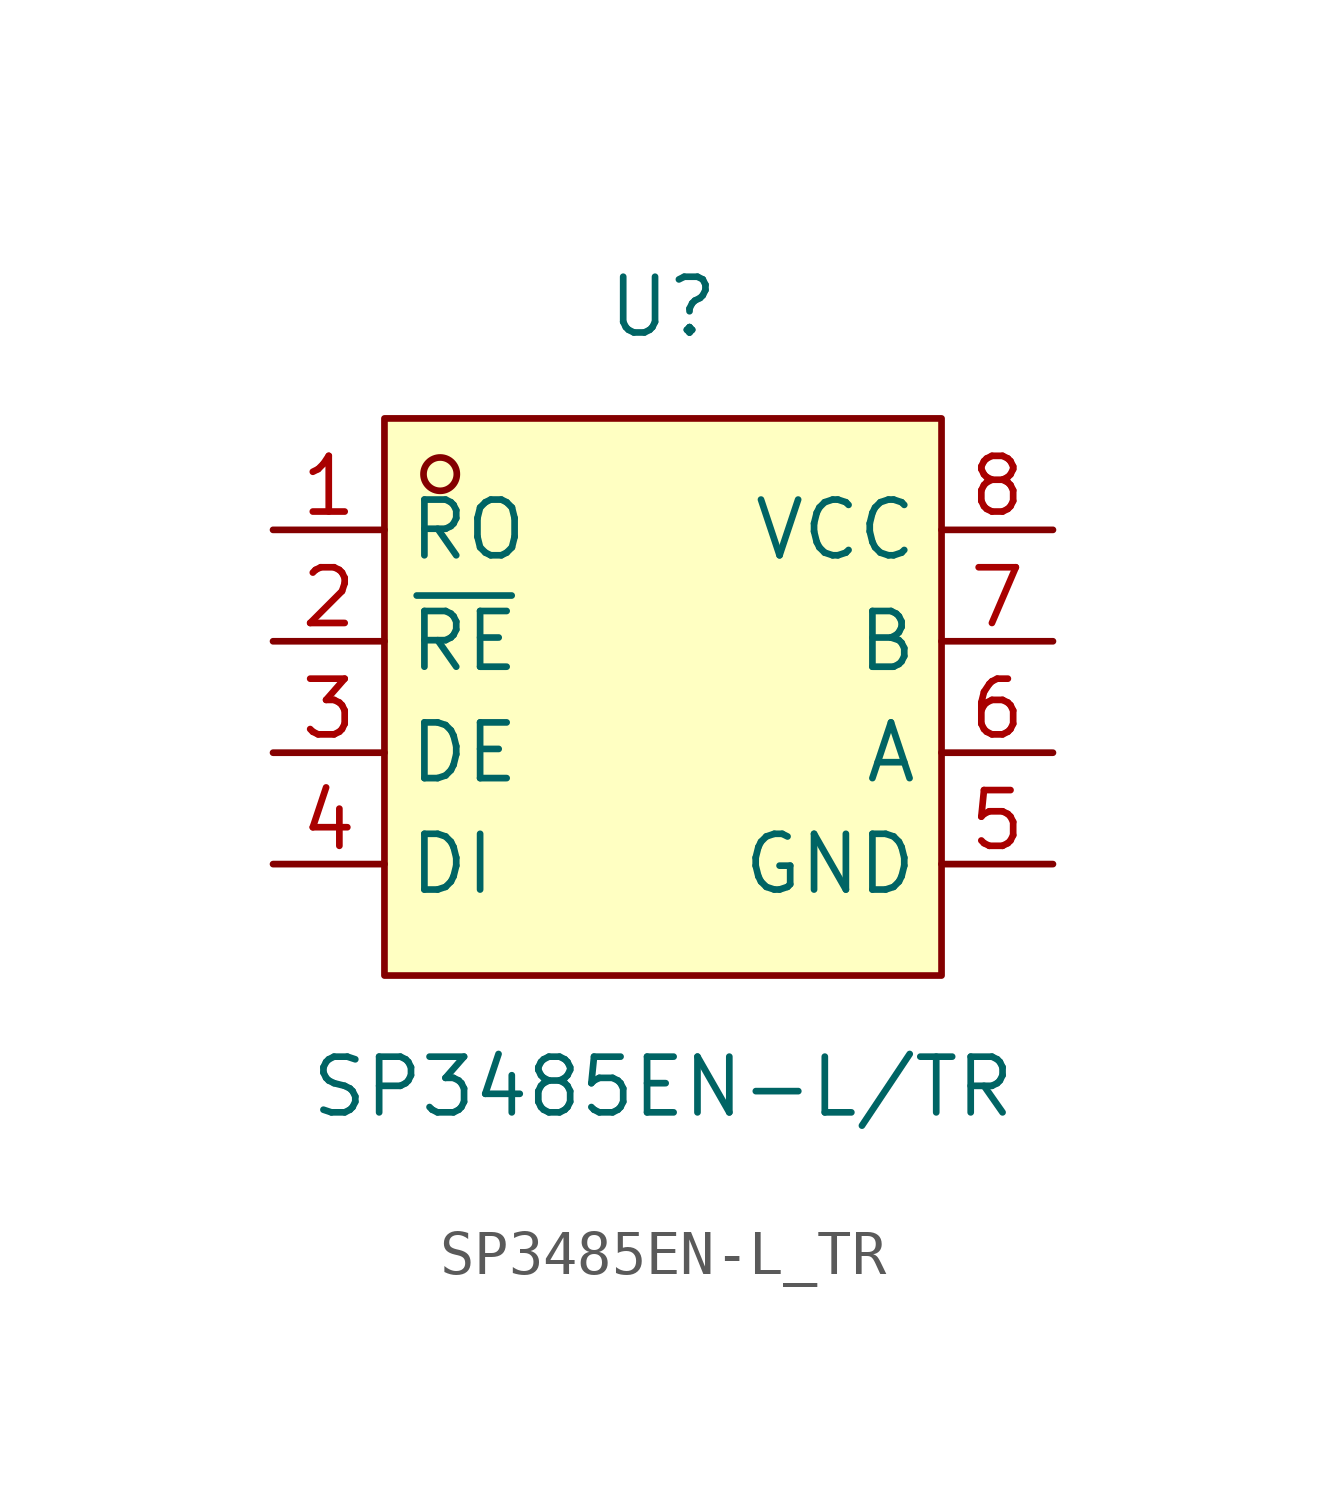
<source format=kicad_sym>
(kicad_symbol_lib
  (version 20211014)
  (generator https://github.com/uPesy/easyeda2kicad.py)
  (symbol "SP3485EN-L_TR"
    (property "Reference" "U"
      (at 0 8.89 0)
      (effects (font (size 1.27 1.27))))
    (property "Value" "SP3485EN-L/TR"
      (at 0 -8.89 0)
      (effects (font (size 1.27 1.27))))
    (symbol "SP3485EN-L_TR_0_1"
      (rectangle (start -6.35 6.35) (end 6.35 -6.35) (stroke (width 0) (type default) (color 0 0 0 0)) (fill (type background)))
      (circle (center -5.08 5.08) (radius 0.38) (stroke (width 0) (type default) (color 0 0 0 0)) (fill (type none)))
      (pin unspecified line (at -8.89 3.81 0) (length 2.54) (name "RO" (effects (font (size 1.27 1.27)))) (number "1" (effects (font (size 1.27 1.27)))))
      (pin unspecified line (at -8.89 1.27 0) (length 2.54) (name "~{RE}" (effects (font (size 1.27 1.27)))) (number "2" (effects (font (size 1.27 1.27)))))
      (pin unspecified line (at -8.89 -1.27 0) (length 2.54) (name "DE" (effects (font (size 1.27 1.27)))) (number "3" (effects (font (size 1.27 1.27)))))
      (pin unspecified line (at -8.89 -3.81 0) (length 2.54) (name "DI" (effects (font (size 1.27 1.27)))) (number "4" (effects (font (size 1.27 1.27)))))
      (pin unspecified line (at 8.89 -3.81 180) (length 2.54) (name "GND" (effects (font (size 1.27 1.27)))) (number "5" (effects (font (size 1.27 1.27)))))
      (pin unspecified line (at 8.89 -1.27 180) (length 2.54) (name "A" (effects (font (size 1.27 1.27)))) (number "6" (effects (font (size 1.27 1.27)))))
      (pin unspecified line (at 8.89 1.27 180) (length 2.54) (name "B" (effects (font (size 1.27 1.27)))) (number "7" (effects (font (size 1.27 1.27)))))
      (pin unspecified line (at 8.89 3.81 180) (length 2.54) (name "VCC" (effects (font (size 1.27 1.27)))) (number "8" (effects (font (size 1.27 1.27))))))))
</source>
